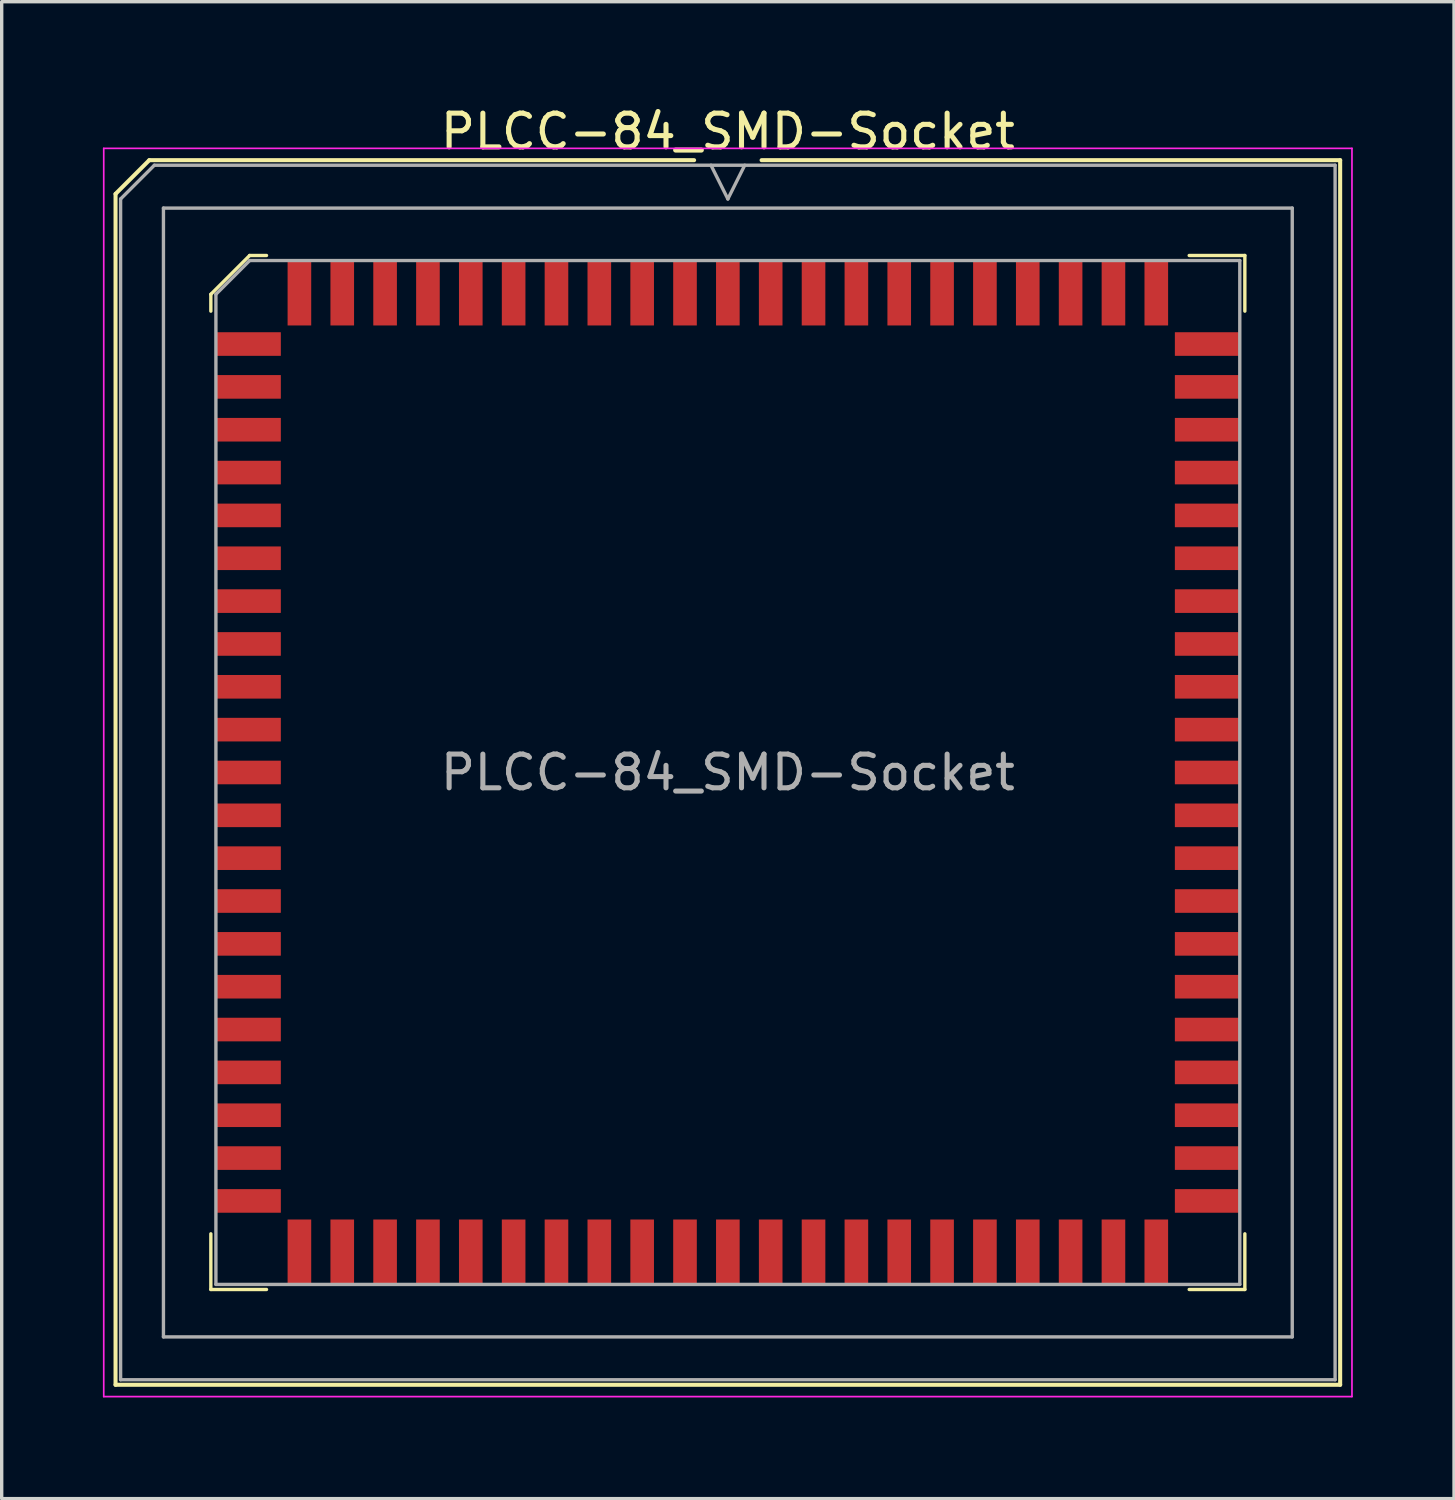
<source format=kicad_pcb>
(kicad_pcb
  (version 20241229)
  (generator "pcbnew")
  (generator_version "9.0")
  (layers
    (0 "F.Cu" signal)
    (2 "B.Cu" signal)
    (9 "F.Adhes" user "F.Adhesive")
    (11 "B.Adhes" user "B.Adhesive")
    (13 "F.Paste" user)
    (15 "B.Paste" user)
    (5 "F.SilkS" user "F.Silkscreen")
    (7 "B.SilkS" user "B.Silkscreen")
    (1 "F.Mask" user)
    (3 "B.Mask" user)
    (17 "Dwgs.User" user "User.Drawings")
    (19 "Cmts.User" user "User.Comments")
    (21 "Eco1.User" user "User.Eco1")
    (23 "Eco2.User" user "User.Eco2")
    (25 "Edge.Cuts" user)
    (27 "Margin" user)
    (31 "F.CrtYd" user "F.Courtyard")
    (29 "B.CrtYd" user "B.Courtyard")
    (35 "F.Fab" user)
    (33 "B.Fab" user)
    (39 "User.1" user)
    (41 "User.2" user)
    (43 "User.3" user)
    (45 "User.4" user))
  (footprint "PLCC-84_SMD-Socket"
    (layer "F.Cu")
    (at 18.525 19.848)
    (property "Reference" "PLCC-84_SMD-Socket" (at 0 -19 0) (layer "F.SilkS") (effects (font (size 1 1) (thickness 0.15))))
    (attr smd)
    (fp_line (start -18.15 -17.15) (end -18.15 18.15) (stroke (width 0.12) (type solid)) (layer "F.SilkS"))
    (fp_line (start -18.15 18.15) (end 18.15 18.15) (stroke (width 0.12) (type solid)) (layer "F.SilkS"))
    (fp_line (start -17.15 -18.15) (end -18.15 -17.15) (stroke (width 0.12) (type solid)) (layer "F.SilkS"))
    (fp_line (start -15.325 -14.175) (end -15.325 -13.675) (stroke (width 0.1) (type solid)) (layer "F.SilkS"))
    (fp_line (start -15.325 15.325) (end -15.325 13.675) (stroke (width 0.1) (type solid)) (layer "F.SilkS"))
    (fp_line (start -14.175 -15.325) (end -15.325 -14.175) (stroke (width 0.1) (type solid)) (layer "F.SilkS"))
    (fp_line (start -13.675 -15.325) (end -14.175 -15.325) (stroke (width 0.1) (type solid)) (layer "F.SilkS"))
    (fp_line (start -13.675 15.325) (end -15.325 15.325) (stroke (width 0.1) (type solid)) (layer "F.SilkS"))
    (fp_line (start -1 -18.15) (end -17.15 -18.15) (stroke (width 0.12) (type solid)) (layer "F.SilkS"))
    (fp_line (start 13.675 -15.325) (end 15.325 -15.325) (stroke (width 0.1) (type solid)) (layer "F.SilkS"))
    (fp_line (start 13.675 15.325) (end 15.325 15.325) (stroke (width 0.1) (type solid)) (layer "F.SilkS"))
    (fp_line (start 15.325 -15.325) (end 15.325 -13.675) (stroke (width 0.1) (type solid)) (layer "F.SilkS"))
    (fp_line (start 15.325 15.325) (end 15.325 13.675) (stroke (width 0.1) (type solid)) (layer "F.SilkS"))
    (fp_line (start 18.15 -18.15) (end 1 -18.15) (stroke (width 0.12) (type solid)) (layer "F.SilkS"))
    (fp_line (start 18.15 18.15) (end 18.15 -18.15) (stroke (width 0.12) (type solid)) (layer "F.SilkS"))
    (fp_line (start -18.5 -18.5) (end -18.5 18.5) (stroke (width 0.05) (type solid)) (layer "F.CrtYd"))
    (fp_line (start -18.5 18.5) (end 18.5 18.5) (stroke (width 0.05) (type solid)) (layer "F.CrtYd"))
    (fp_line (start 18.5 -18.5) (end -18.5 -18.5) (stroke (width 0.05) (type solid)) (layer "F.CrtYd"))
    (fp_line (start 18.5 18.5) (end 18.5 -18.5) (stroke (width 0.05) (type solid)) (layer "F.CrtYd"))
    (fp_line (start -18 -17) (end -18 18) (stroke (width 0.1) (type solid)) (layer "F.Fab"))
    (fp_line (start -18 18) (end 18 18) (stroke (width 0.1) (type solid)) (layer "F.Fab"))
    (fp_line (start -17 -18) (end -18 -17) (stroke (width 0.1) (type solid)) (layer "F.Fab"))
    (fp_line (start -16.73 -16.73) (end -16.73 16.73) (stroke (width 0.1) (type solid)) (layer "F.Fab"))
    (fp_line (start -16.73 16.73) (end 16.73 16.73) (stroke (width 0.1) (type solid)) (layer "F.Fab"))
    (fp_line (start -15.175 -14.175) (end -15.175 15.175) (stroke (width 0.1) (type solid)) (layer "F.Fab"))
    (fp_line (start -15.175 15.175) (end 15.175 15.175) (stroke (width 0.1) (type solid)) (layer "F.Fab"))
    (fp_line (start -14.175 -15.175) (end -15.175 -14.175) (stroke (width 0.1) (type solid)) (layer "F.Fab"))
    (fp_line (start -0.5 -18) (end 0 -17) (stroke (width 0.1) (type solid)) (layer "F.Fab"))
    (fp_line (start 0 -17) (end 0.5 -18) (stroke (width 0.1) (type solid)) (layer "F.Fab"))
    (fp_line (start 15.175 -15.175) (end -14.175 -15.175) (stroke (width 0.1) (type solid)) (layer "F.Fab"))
    (fp_line (start 15.175 15.175) (end 15.175 -15.175) (stroke (width 0.1) (type solid)) (layer "F.Fab"))
    (fp_line (start 16.73 -16.73) (end -16.73 -16.73) (stroke (width 0.1) (type solid)) (layer "F.Fab"))
    (fp_line (start 16.73 16.73) (end 16.73 -16.73) (stroke (width 0.1) (type solid)) (layer "F.Fab"))
    (fp_line (start 18 -18) (end -17 -18) (stroke (width 0.1) (type solid)) (layer "F.Fab"))
    (fp_line (start 18 18) (end 18 -18) (stroke (width 0.1) (type solid)) (layer "F.Fab"))
    (fp_text user "${REFERENCE}" (at 0 0 0) (layer "F.Fab") (effects (font (size 1 1) (thickness 0.15))))
    (pad "1" smd rect (at 0 -14.213) (size 0.7 1.925) (layers "F.Cu" "F.Mask" "F.Paste"))
    (pad "2" smd rect (at -1.27 -14.213) (size 0.7 1.925) (layers "F.Cu" "F.Mask" "F.Paste"))
    (pad "3" smd rect (at -2.54 -14.213) (size 0.7 1.925) (layers "F.Cu" "F.Mask" "F.Paste"))
    (pad "4" smd rect (at -3.81 -14.213) (size 0.7 1.925) (layers "F.Cu" "F.Mask" "F.Paste"))
    (pad "5" smd rect (at -5.08 -14.213) (size 0.7 1.925) (layers "F.Cu" "F.Mask" "F.Paste"))
    (pad "6" smd rect (at -6.35 -14.213) (size 0.7 1.925) (layers "F.Cu" "F.Mask" "F.Paste"))
    (pad "7" smd rect (at -7.62 -14.213) (size 0.7 1.925) (layers "F.Cu" "F.Mask" "F.Paste"))
    (pad "8" smd rect (at -8.89 -14.213) (size 0.7 1.925) (layers "F.Cu" "F.Mask" "F.Paste"))
    (pad "9" smd rect (at -10.16 -14.213) (size 0.7 1.925) (layers "F.Cu" "F.Mask" "F.Paste"))
    (pad "10" smd rect (at -11.43 -14.213) (size 0.7 1.925) (layers "F.Cu" "F.Mask" "F.Paste"))
    (pad "11" smd rect (at -12.7 -14.213) (size 0.7 1.925) (layers "F.Cu" "F.Mask" "F.Paste"))
    (pad "12" smd rect (at -14.213 -12.7) (size 1.925 0.7) (layers "F.Cu" "F.Mask" "F.Paste"))
    (pad "13" smd rect (at -14.213 -11.43) (size 1.925 0.7) (layers "F.Cu" "F.Mask" "F.Paste"))
    (pad "14" smd rect (at -14.213 -10.16) (size 1.925 0.7) (layers "F.Cu" "F.Mask" "F.Paste"))
    (pad "15" smd rect (at -14.213 -8.89) (size 1.925 0.7) (layers "F.Cu" "F.Mask" "F.Paste"))
    (pad "16" smd rect (at -14.213 -7.62) (size 1.925 0.7) (layers "F.Cu" "F.Mask" "F.Paste"))
    (pad "17" smd rect (at -14.213 -6.35) (size 1.925 0.7) (layers "F.Cu" "F.Mask" "F.Paste"))
    (pad "18" smd rect (at -14.213 -5.08) (size 1.925 0.7) (layers "F.Cu" "F.Mask" "F.Paste"))
    (pad "19" smd rect (at -14.213 -3.81) (size 1.925 0.7) (layers "F.Cu" "F.Mask" "F.Paste"))
    (pad "20" smd rect (at -14.213 -2.54) (size 1.925 0.7) (layers "F.Cu" "F.Mask" "F.Paste"))
    (pad "21" smd rect (at -14.213 -1.27) (size 1.925 0.7) (layers "F.Cu" "F.Mask" "F.Paste"))
    (pad "22" smd rect (at -14.213 0) (size 1.925 0.7) (layers "F.Cu" "F.Mask" "F.Paste"))
    (pad "23" smd rect (at -14.213 1.27) (size 1.925 0.7) (layers "F.Cu" "F.Mask" "F.Paste"))
    (pad "24" smd rect (at -14.213 2.54) (size 1.925 0.7) (layers "F.Cu" "F.Mask" "F.Paste"))
    (pad "25" smd rect (at -14.213 3.81) (size 1.925 0.7) (layers "F.Cu" "F.Mask" "F.Paste"))
    (pad "26" smd rect (at -14.213 5.08) (size 1.925 0.7) (layers "F.Cu" "F.Mask" "F.Paste"))
    (pad "27" smd rect (at -14.213 6.35) (size 1.925 0.7) (layers "F.Cu" "F.Mask" "F.Paste"))
    (pad "28" smd rect (at -14.213 7.62) (size 1.925 0.7) (layers "F.Cu" "F.Mask" "F.Paste"))
    (pad "29" smd rect (at -14.213 8.89) (size 1.925 0.7) (layers "F.Cu" "F.Mask" "F.Paste"))
    (pad "30" smd rect (at -14.213 10.16) (size 1.925 0.7) (layers "F.Cu" "F.Mask" "F.Paste"))
    (pad "31" smd rect (at -14.213 11.43) (size 1.925 0.7) (layers "F.Cu" "F.Mask" "F.Paste"))
    (pad "32" smd rect (at -14.213 12.7) (size 1.925 0.7) (layers "F.Cu" "F.Mask" "F.Paste"))
    (pad "33" smd rect (at -12.7 14.213) (size 0.7 1.925) (layers "F.Cu" "F.Mask" "F.Paste"))
    (pad "34" smd rect (at -11.43 14.213) (size 0.7 1.925) (layers "F.Cu" "F.Mask" "F.Paste"))
    (pad "35" smd rect (at -10.16 14.213) (size 0.7 1.925) (layers "F.Cu" "F.Mask" "F.Paste"))
    (pad "36" smd rect (at -8.89 14.213) (size 0.7 1.925) (layers "F.Cu" "F.Mask" "F.Paste"))
    (pad "37" smd rect (at -7.62 14.213) (size 0.7 1.925) (layers "F.Cu" "F.Mask" "F.Paste"))
    (pad "38" smd rect (at -6.35 14.213) (size 0.7 1.925) (layers "F.Cu" "F.Mask" "F.Paste"))
    (pad "39" smd rect (at -5.08 14.213) (size 0.7 1.925) (layers "F.Cu" "F.Mask" "F.Paste"))
    (pad "40" smd rect (at -3.81 14.213) (size 0.7 1.925) (layers "F.Cu" "F.Mask" "F.Paste"))
    (pad "41" smd rect (at -2.54 14.213) (size 0.7 1.925) (layers "F.Cu" "F.Mask" "F.Paste"))
    (pad "42" smd rect (at -1.27 14.213) (size 0.7 1.925) (layers "F.Cu" "F.Mask" "F.Paste"))
    (pad "43" smd rect (at 0 14.213) (size 0.7 1.925) (layers "F.Cu" "F.Mask" "F.Paste"))
    (pad "44" smd rect (at 1.27 14.213) (size 0.7 1.925) (layers "F.Cu" "F.Mask" "F.Paste"))
    (pad "45" smd rect (at 2.54 14.213) (size 0.7 1.925) (layers "F.Cu" "F.Mask" "F.Paste"))
    (pad "46" smd rect (at 3.81 14.213) (size 0.7 1.925) (layers "F.Cu" "F.Mask" "F.Paste"))
    (pad "47" smd rect (at 5.08 14.213) (size 0.7 1.925) (layers "F.Cu" "F.Mask" "F.Paste"))
    (pad "48" smd rect (at 6.35 14.213) (size 0.7 1.925) (layers "F.Cu" "F.Mask" "F.Paste"))
    (pad "49" smd rect (at 7.62 14.213) (size 0.7 1.925) (layers "F.Cu" "F.Mask" "F.Paste"))
    (pad "50" smd rect (at 8.89 14.213) (size 0.7 1.925) (layers "F.Cu" "F.Mask" "F.Paste"))
    (pad "51" smd rect (at 10.16 14.213) (size 0.7 1.925) (layers "F.Cu" "F.Mask" "F.Paste"))
    (pad "52" smd rect (at 11.43 14.213) (size 0.7 1.925) (layers "F.Cu" "F.Mask" "F.Paste"))
    (pad "53" smd rect (at 12.7 14.213) (size 0.7 1.925) (layers "F.Cu" "F.Mask" "F.Paste"))
    (pad "54" smd rect (at 14.213 12.7) (size 1.925 0.7) (layers "F.Cu" "F.Mask" "F.Paste"))
    (pad "55" smd rect (at 14.213 11.43) (size 1.925 0.7) (layers "F.Cu" "F.Mask" "F.Paste"))
    (pad "56" smd rect (at 14.213 10.16) (size 1.925 0.7) (layers "F.Cu" "F.Mask" "F.Paste"))
    (pad "57" smd rect (at 14.213 8.89) (size 1.925 0.7) (layers "F.Cu" "F.Mask" "F.Paste"))
    (pad "58" smd rect (at 14.213 7.62) (size 1.925 0.7) (layers "F.Cu" "F.Mask" "F.Paste"))
    (pad "59" smd rect (at 14.213 6.35) (size 1.925 0.7) (layers "F.Cu" "F.Mask" "F.Paste"))
    (pad "60" smd rect (at 14.213 5.08) (size 1.925 0.7) (layers "F.Cu" "F.Mask" "F.Paste"))
    (pad "61" smd rect (at 14.213 3.81) (size 1.925 0.7) (layers "F.Cu" "F.Mask" "F.Paste"))
    (pad "62" smd rect (at 14.213 2.54) (size 1.925 0.7) (layers "F.Cu" "F.Mask" "F.Paste"))
    (pad "63" smd rect (at 14.213 1.27) (size 1.925 0.7) (layers "F.Cu" "F.Mask" "F.Paste"))
    (pad "64" smd rect (at 14.213 0) (size 1.925 0.7) (layers "F.Cu" "F.Mask" "F.Paste"))
    (pad "65" smd rect (at 14.213 -1.27) (size 1.925 0.7) (layers "F.Cu" "F.Mask" "F.Paste"))
    (pad "66" smd rect (at 14.213 -2.54) (size 1.925 0.7) (layers "F.Cu" "F.Mask" "F.Paste"))
    (pad "67" smd rect (at 14.213 -3.81) (size 1.925 0.7) (layers "F.Cu" "F.Mask" "F.Paste"))
    (pad "68" smd rect (at 14.213 -5.08) (size 1.925 0.7) (layers "F.Cu" "F.Mask" "F.Paste"))
    (pad "69" smd rect (at 14.213 -6.35) (size 1.925 0.7) (layers "F.Cu" "F.Mask" "F.Paste"))
    (pad "70" smd rect (at 14.213 -7.62) (size 1.925 0.7) (layers "F.Cu" "F.Mask" "F.Paste"))
    (pad "71" smd rect (at 14.213 -8.89) (size 1.925 0.7) (layers "F.Cu" "F.Mask" "F.Paste"))
    (pad "72" smd rect (at 14.213 -10.16) (size 1.925 0.7) (layers "F.Cu" "F.Mask" "F.Paste"))
    (pad "73" smd rect (at 14.213 -11.43) (size 1.925 0.7) (layers "F.Cu" "F.Mask" "F.Paste"))
    (pad "74" smd rect (at 14.213 -12.7) (size 1.925 0.7) (layers "F.Cu" "F.Mask" "F.Paste"))
    (pad "75" smd rect (at 12.7 -14.213) (size 0.7 1.925) (layers "F.Cu" "F.Mask" "F.Paste"))
    (pad "76" smd rect (at 11.43 -14.213) (size 0.7 1.925) (layers "F.Cu" "F.Mask" "F.Paste"))
    (pad "77" smd rect (at 10.16 -14.213) (size 0.7 1.925) (layers "F.Cu" "F.Mask" "F.Paste"))
    (pad "78" smd rect (at 8.89 -14.213) (size 0.7 1.925) (layers "F.Cu" "F.Mask" "F.Paste"))
    (pad "79" smd rect (at 7.62 -14.213) (size 0.7 1.925) (layers "F.Cu" "F.Mask" "F.Paste"))
    (pad "80" smd rect (at 6.35 -14.213) (size 0.7 1.925) (layers "F.Cu" "F.Mask" "F.Paste"))
    (pad "81" smd rect (at 5.08 -14.213) (size 0.7 1.925) (layers "F.Cu" "F.Mask" "F.Paste"))
    (pad "82" smd rect (at 3.81 -14.213) (size 0.7 1.925) (layers "F.Cu" "F.Mask" "F.Paste"))
    (pad "83" smd rect (at 2.54 -14.213) (size 0.7 1.925) (layers "F.Cu" "F.Mask" "F.Paste"))
    (pad "84" smd rect (at 1.27 -14.213) (size 0.7 1.925) (layers "F.Cu" "F.Mask" "F.Paste")))
  (gr_rect
    (start -3 -3)
    (end 40.05 41.373)
    (stroke (width 0.1) (type default))
    (fill no)
    (layer "Edge.Cuts")))
</source>
